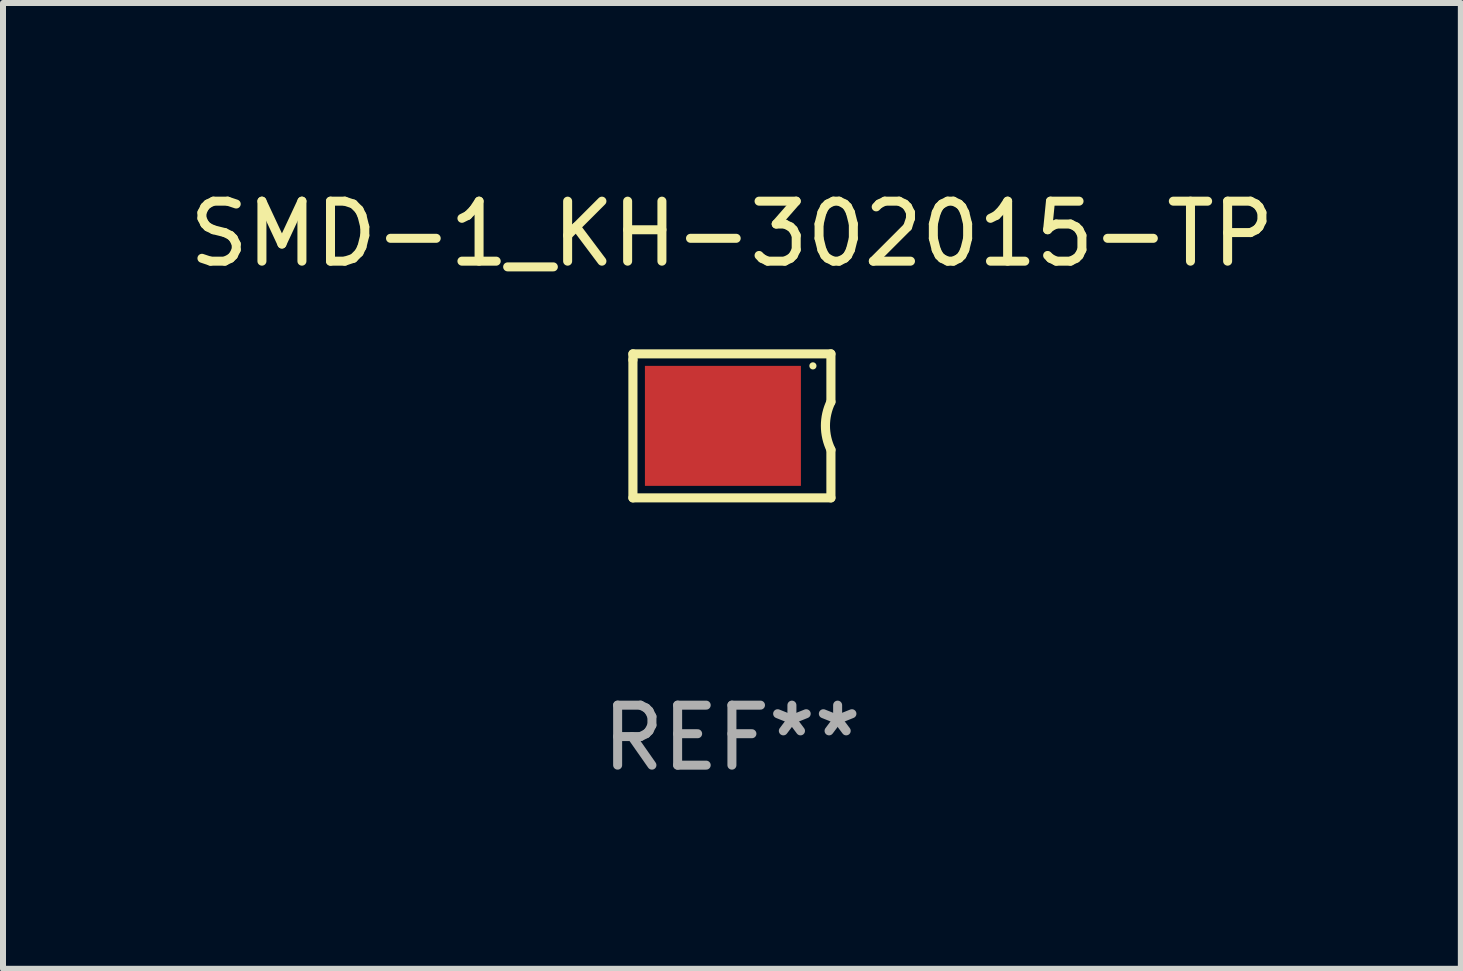
<source format=kicad_pcb>
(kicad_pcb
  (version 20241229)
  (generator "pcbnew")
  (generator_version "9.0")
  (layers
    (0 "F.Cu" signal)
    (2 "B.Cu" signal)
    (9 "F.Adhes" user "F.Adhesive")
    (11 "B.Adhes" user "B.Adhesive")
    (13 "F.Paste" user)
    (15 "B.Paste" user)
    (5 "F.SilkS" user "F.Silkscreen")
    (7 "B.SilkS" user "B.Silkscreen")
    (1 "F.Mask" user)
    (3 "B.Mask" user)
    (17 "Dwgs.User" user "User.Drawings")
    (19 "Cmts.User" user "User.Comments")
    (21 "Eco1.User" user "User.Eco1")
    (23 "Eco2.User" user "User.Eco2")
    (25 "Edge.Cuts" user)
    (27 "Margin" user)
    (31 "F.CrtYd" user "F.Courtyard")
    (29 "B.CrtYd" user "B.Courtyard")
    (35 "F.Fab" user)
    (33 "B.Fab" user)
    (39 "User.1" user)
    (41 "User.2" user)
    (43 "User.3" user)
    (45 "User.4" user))
  (footprint "SMD-1_KH-302015-TP"
    (layer "F.Cu")
    (at 9.149 4.048)
    (property "Reference" "SMD-1_KH-302015-TP" (at 0 -3.2 0) (layer "F.SilkS") (effects (font (size 1 1) (thickness 0.15))))
    (attr through_hole)
    (fp_line (start -1.65 -1.2) (end 1.65 -1.2) (stroke (width 0.152) (type solid)) (layer "F.SilkS"))
    (fp_line (start -1.65 -1.1) (end -1.65 1.2) (stroke (width 0.152) (type solid)) (layer "F.SilkS"))
    (fp_line (start -1.65 -1.1) (end -1.65 -1.2) (stroke (width 0.152) (type solid)) (layer "F.SilkS"))
    (fp_line (start -1.65 1.2) (end 1.65 1.2) (stroke (width 0.152) (type solid)) (layer "F.SilkS"))
    (fp_line (start 1.65 -1.2) (end 1.65 -0.4) (stroke (width 0.152) (type solid)) (layer "F.SilkS"))
    (fp_line (start 1.65 1.2) (end 1.65 0.4) (stroke (width 0.152) (type solid)) (layer "F.SilkS"))
    (fp_arc (start 1.650864 0.398781) (mid 1.558574 -0.00051) (end 1.65 -0.4) (stroke (width 0.151994) (type solid)) (layer "F.SilkS"))
    (fp_circle (center 1.35 -1) (end 1.38 -1) (stroke (width 0.06) (type solid)) (fill no) (layer "F.SilkS"))
    (fp_text user "REF**" (at 0 5.2 0) (layer "F.Fab") (effects (font (size 1 1) (thickness 0.15))))
    (pad "1" smd rect (at -0.15 0) (size 2.6 2) (layers "F.Cu" "F.Mask" "F.Paste")))
  (gr_rect
    (start -3 -3)
    (end 21.298 13.097)
    (stroke (width 0.1) (type default))
    (fill no)
    (layer "Edge.Cuts")))
</source>
